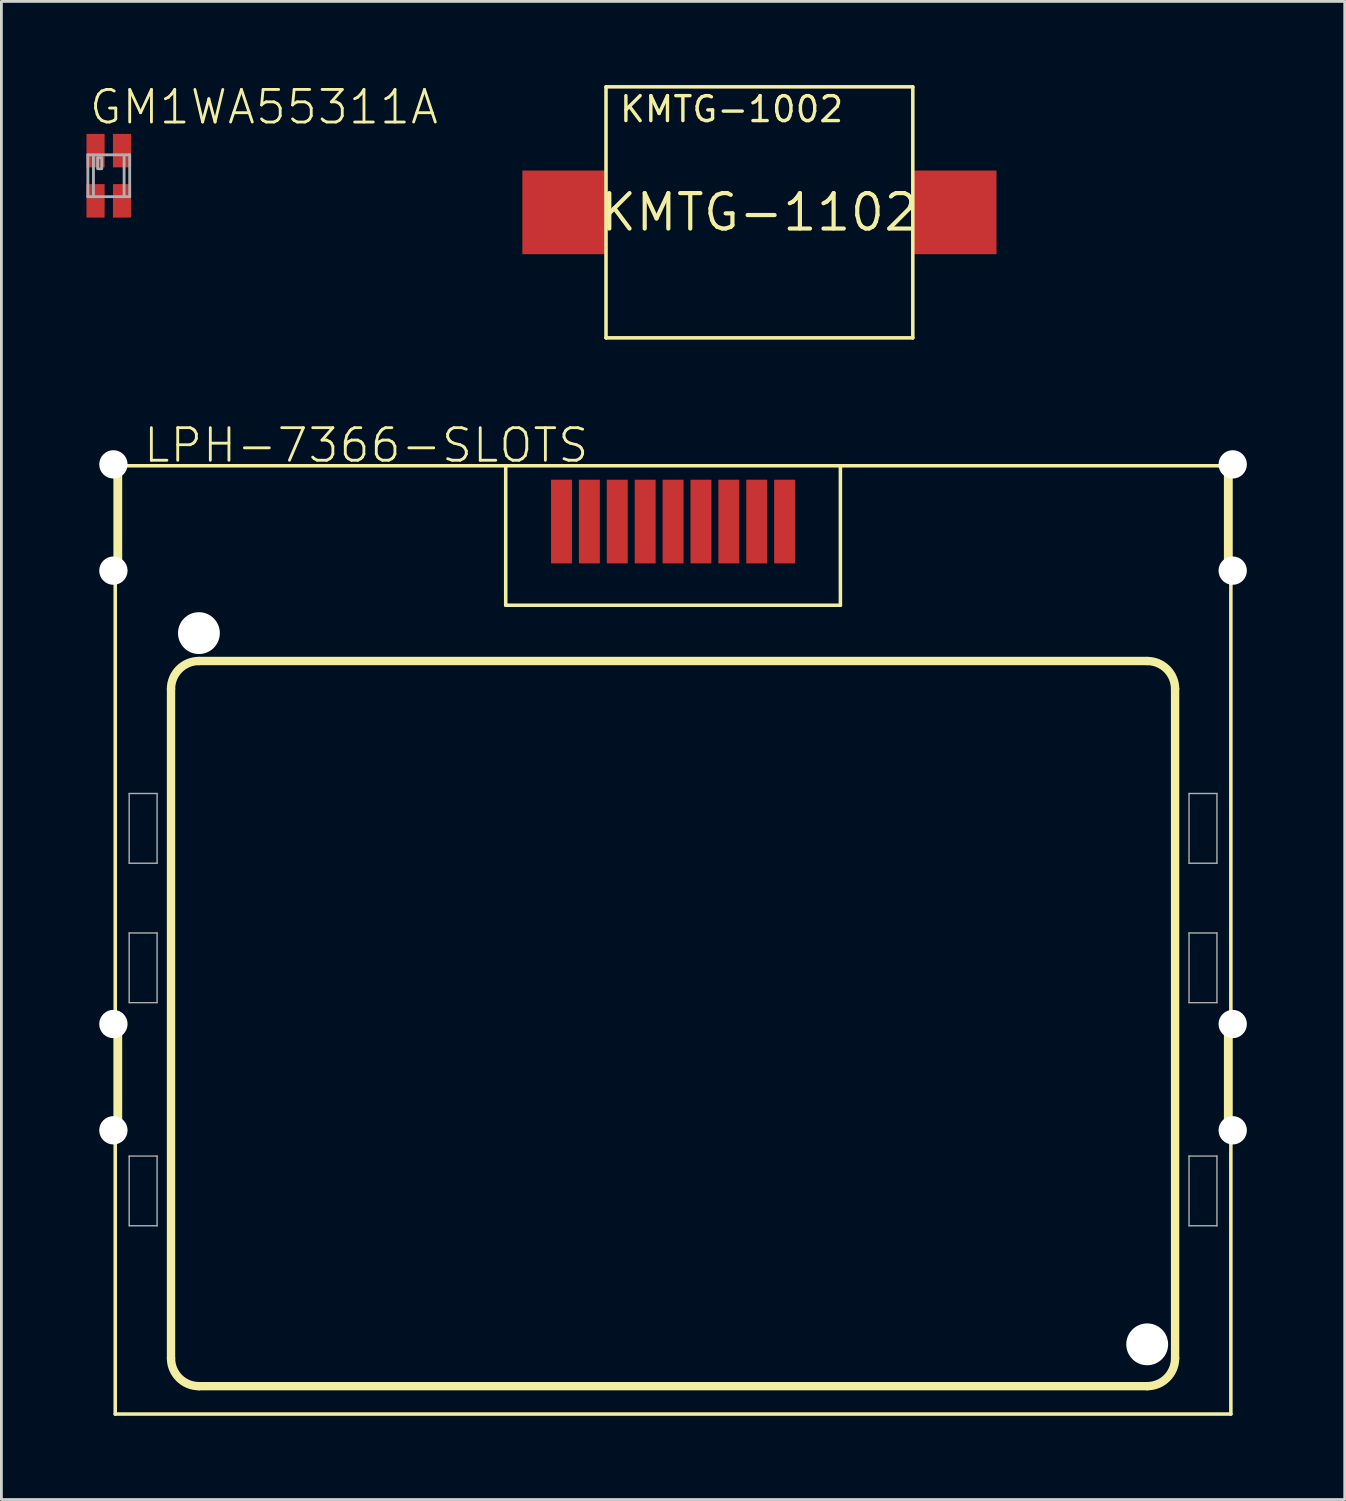
<source format=kicad_pcb>
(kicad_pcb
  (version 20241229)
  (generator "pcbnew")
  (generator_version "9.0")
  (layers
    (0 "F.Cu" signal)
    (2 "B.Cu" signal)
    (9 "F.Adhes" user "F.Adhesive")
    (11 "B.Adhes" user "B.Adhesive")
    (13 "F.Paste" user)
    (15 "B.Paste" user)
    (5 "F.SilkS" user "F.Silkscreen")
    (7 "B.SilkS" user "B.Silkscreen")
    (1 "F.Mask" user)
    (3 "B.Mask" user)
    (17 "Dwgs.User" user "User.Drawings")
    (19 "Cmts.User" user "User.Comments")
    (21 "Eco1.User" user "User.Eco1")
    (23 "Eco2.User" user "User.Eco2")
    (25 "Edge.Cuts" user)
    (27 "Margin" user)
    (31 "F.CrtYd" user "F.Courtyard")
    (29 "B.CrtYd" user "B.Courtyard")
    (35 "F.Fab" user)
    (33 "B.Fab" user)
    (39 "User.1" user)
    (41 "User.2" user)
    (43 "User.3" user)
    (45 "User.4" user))
  (footprint "GM1WA55311A"
    (layer "F.Cu")
    (at 0.85 3.251)
    (property "Reference" "GM1WA55311A" (at -0.762 -1.778 0) (unlocked yes) (layer "F.SilkS") (effects (font (size 1.168 1.168) (thickness 0.102)) (justify left bottom)))
    (fp_poly (pts (xy -0.85 -0.25) (xy -0.1 -0.25) (xy -0.1 -1.55) (xy -0.85 -1.55)) (stroke (width 0) (type default)) (fill yes) (layer "F.Mask"))
    (fp_poly (pts (xy -0.85 1.55) (xy -0.1 1.55) (xy -0.1 0.25) (xy -0.85 0.25)) (stroke (width 0) (type default)) (fill yes) (layer "F.Mask"))
    (fp_poly (pts (xy 0.1 -0.25) (xy 0.85 -0.25) (xy 0.85 -1.55) (xy 0.1 -1.55)) (stroke (width 0) (type default)) (fill yes) (layer "F.Mask"))
    (fp_poly (pts (xy 0.1 1.55) (xy 0.85 1.55) (xy 0.85 0.25) (xy 0.1 0.25)) (stroke (width 0) (type default)) (fill yes) (layer "F.Mask"))
    (fp_poly (pts (xy -0.775 -0.325) (xy -0.175 -0.325) (xy -0.175 -1.45) (xy -0.775 -1.45)) (stroke (width 0) (type default)) (fill yes) (layer "F.Paste"))
    (fp_poly (pts (xy -0.175 0.325) (xy -0.775 0.325) (xy -0.775 1.45) (xy -0.175 1.45)) (stroke (width 0) (type default)) (fill yes) (layer "F.Paste"))
    (fp_poly (pts (xy 0.175 -0.325) (xy 0.775 -0.325) (xy 0.775 -1.45) (xy 0.175 -1.45)) (stroke (width 0) (type default)) (fill yes) (layer "F.Paste"))
    (fp_poly (pts (xy 0.775 0.325) (xy 0.175 0.325) (xy 0.175 1.45) (xy 0.775 1.45)) (stroke (width 0) (type default)) (fill yes) (layer "F.Paste"))
    (fp_line (start -0.75 -0.75) (end -0.75 0.75) (stroke (width 0.102) (type solid)) (layer "F.Fab"))
    (fp_line (start -0.75 0.75) (end 0.75 0.75) (stroke (width 0.102) (type solid)) (layer "F.Fab"))
    (fp_line (start -0.55 -0.7) (end -0.55 0.7) (stroke (width 0.102) (type solid)) (layer "F.Fab"))
    (fp_line (start 0.55 0.7) (end 0.55 -0.7) (stroke (width 0.102) (type solid)) (layer "F.Fab"))
    (fp_line (start 0.75 -0.75) (end -0.75 -0.75) (stroke (width 0.102) (type solid)) (layer "F.Fab"))
    (fp_line (start 0.75 0.75) (end 0.75 -0.75) (stroke (width 0.102) (type solid)) (layer "F.Fab"))
    (fp_poly (pts (xy -0.4 -0.25) (xy -0.25 -0.25) (xy -0.25 -0.65) (xy -0.4 -0.65)) (stroke (width 0.1) (type default)) (fill no) (layer "F.Fab"))
    (pad "1" smd rect (at -0.475 -0.9) (size 0.65 1.2) (layers "F.Cu"))
    (pad "2" smd rect (at -0.475 0.9) (size 0.65 1.2) (layers "F.Cu"))
    (pad "3" smd rect (at 0.475 0.9) (size 0.65 1.2) (layers "F.Cu"))
    (pad "4" smd rect (at 0.475 -0.9) (size 0.65 1.2) (layers "F.Cu")))
  (footprint "LPH-7366-SLOTS"
    (layer "F.Cu")
    (at 21.082 32.65)
    (property "Reference" "LPH-7366-SLOTS" (at -19.05 -19.05 0) (unlocked yes) (layer "F.SilkS") (effects (font (size 1.168 1.168) (thickness 0.102)) (justify left bottom)))
    (fp_line (start -20 -19) (end -20 15) (stroke (width 0.127) (type solid)) (layer "F.SilkS"))
    (fp_line (start -20 -19) (end -6 -19) (stroke (width 0.127) (type solid)) (layer "F.SilkS"))
    (fp_line (start -20 15) (end 20 15) (stroke (width 0.127) (type solid)) (layer "F.SilkS"))
    (fp_line (start -19.9 -18.9) (end -19.9 -15.1) (stroke (width 0.3) (type solid)) (layer "F.SilkS"))
    (fp_line (start -19.9 1.1) (end -19.9 4.9) (stroke (width 0.3) (type solid)) (layer "F.SilkS"))
    (fp_line (start -18 -11) (end -18 13) (stroke (width 0.3) (type solid)) (layer "F.SilkS"))
    (fp_line (start -17 14) (end 17 14) (stroke (width 0.3) (type solid)) (layer "F.SilkS"))
    (fp_line (start -6 -19) (end -6 -14) (stroke (width 0.127) (type solid)) (layer "F.SilkS"))
    (fp_line (start -6 -19) (end 6 -19) (stroke (width 0.127) (type solid)) (layer "F.SilkS"))
    (fp_line (start -6 -14) (end 6 -14) (stroke (width 0.127) (type solid)) (layer "F.SilkS"))
    (fp_line (start 6 -19) (end 20 -19) (stroke (width 0.127) (type solid)) (layer "F.SilkS"))
    (fp_line (start 6 -14) (end 6 -19) (stroke (width 0.127) (type solid)) (layer "F.SilkS"))
    (fp_line (start 17 -12) (end -17 -12) (stroke (width 0.3) (type solid)) (layer "F.SilkS"))
    (fp_line (start 18 13) (end 18 -11) (stroke (width 0.3) (type solid)) (layer "F.SilkS"))
    (fp_line (start 19.9 -18.9) (end 19.9 -15.1) (stroke (width 0.3) (type solid)) (layer "F.SilkS"))
    (fp_line (start 19.9 1) (end 19.9 4.8) (stroke (width 0.3) (type solid)) (layer "F.SilkS"))
    (fp_line (start 20 -19) (end 20 15) (stroke (width 0.127) (type solid)) (layer "F.SilkS"))
    (fp_arc (start -18 -11) (mid -17.707107 -11.707107) (end -17 -12) (stroke (width 0.3) (type solid)) (layer "F.SilkS"))
    (fp_arc (start -17 14) (mid -17.707107 13.707107) (end -18 13) (stroke (width 0.3) (type solid)) (layer "F.SilkS"))
    (fp_arc (start 17 -12) (mid 17.707107 -11.707107) (end 18 -11) (stroke (width 0.3) (type solid)) (layer "F.SilkS"))
    (fp_arc (start 18 13) (mid 17.707107 13.707107) (end 17 14) (stroke (width 0.3) (type solid)) (layer "F.SilkS"))
    (fp_line (start -19.5 -7.25) (end -18.5 -7.25) (stroke (width 0.05) (type solid)) (layer "F.Fab"))
    (fp_line (start -19.5 -4.75) (end -19.5 -7.25) (stroke (width 0.05) (type solid)) (layer "F.Fab"))
    (fp_line (start -19.5 -2.25) (end -18.5 -2.25) (stroke (width 0.05) (type solid)) (layer "F.Fab"))
    (fp_line (start -19.5 0.25) (end -19.5 -2.25) (stroke (width 0.05) (type solid)) (layer "F.Fab"))
    (fp_line (start -19.5 5.75) (end -18.5 5.75) (stroke (width 0.05) (type solid)) (layer "F.Fab"))
    (fp_line (start -19.5 8.25) (end -19.5 5.75) (stroke (width 0.05) (type solid)) (layer "F.Fab"))
    (fp_line (start -18.5 -7.25) (end -18.5 -4.75) (stroke (width 0.05) (type solid)) (layer "F.Fab"))
    (fp_line (start -18.5 -4.75) (end -19.5 -4.75) (stroke (width 0.05) (type solid)) (layer "F.Fab"))
    (fp_line (start -18.5 -2.25) (end -18.5 0.25) (stroke (width 0.05) (type solid)) (layer "F.Fab"))
    (fp_line (start -18.5 0.25) (end -19.5 0.25) (stroke (width 0.05) (type solid)) (layer "F.Fab"))
    (fp_line (start -18.5 5.75) (end -18.5 8.25) (stroke (width 0.05) (type solid)) (layer "F.Fab"))
    (fp_line (start -18.5 8.25) (end -19.5 8.25) (stroke (width 0.05) (type solid)) (layer "F.Fab"))
    (fp_line (start 18.5 -7.25) (end 19.5 -7.25) (stroke (width 0.05) (type solid)) (layer "F.Fab"))
    (fp_line (start 18.5 -4.75) (end 18.5 -7.25) (stroke (width 0.05) (type solid)) (layer "F.Fab"))
    (fp_line (start 18.5 -2.25) (end 19.5 -2.25) (stroke (width 0.05) (type solid)) (layer "F.Fab"))
    (fp_line (start 18.5 0.25) (end 18.5 -2.25) (stroke (width 0.05) (type solid)) (layer "F.Fab"))
    (fp_line (start 18.5 5.75) (end 19.5 5.75) (stroke (width 0.05) (type solid)) (layer "F.Fab"))
    (fp_line (start 18.5 8.25) (end 18.5 5.75) (stroke (width 0.05) (type solid)) (layer "F.Fab"))
    (fp_line (start 19.5 -7.25) (end 19.5 -4.75) (stroke (width 0.05) (type solid)) (layer "F.Fab"))
    (fp_line (start 19.5 -4.75) (end 18.5 -4.75) (stroke (width 0.05) (type solid)) (layer "F.Fab"))
    (fp_line (start 19.5 -2.25) (end 19.5 0.25) (stroke (width 0.05) (type solid)) (layer "F.Fab"))
    (fp_line (start 19.5 0.25) (end 18.5 0.25) (stroke (width 0.05) (type solid)) (layer "F.Fab"))
    (fp_line (start 19.5 5.75) (end 19.5 8.25) (stroke (width 0.05) (type solid)) (layer "F.Fab"))
    (fp_line (start 19.5 8.25) (end 18.5 8.25) (stroke (width 0.05) (type solid)) (layer "F.Fab"))
    (pad "" np_thru_hole circle (at -20.066 -19.05) (size 1.016 1.016) (drill 1.016) (layers "*.Cu" "*.Mask"))
    (pad "" np_thru_hole circle (at -20.066 -15.24) (size 1.016 1.016) (drill 1.016) (layers "*.Cu" "*.Mask"))
    (pad "" np_thru_hole circle (at -20.066 1.016) (size 1.016 1.016) (drill 1.016) (layers "*.Cu" "*.Mask"))
    (pad "" np_thru_hole circle (at -20.066 4.826) (size 1.016 1.016) (drill 1.016) (layers "*.Cu" "*.Mask"))
    (pad "" np_thru_hole circle (at -17 -13) (size 1.5 1.5) (drill 1.5) (layers "*.Cu" "*.Mask"))
    (pad "" np_thru_hole circle (at 17 12.5) (size 1.5 1.5) (drill 1.5) (layers "*.Cu" "*.Mask"))
    (pad "" np_thru_hole circle (at 20.066 -19.05) (size 1.016 1.016) (drill 1.016) (layers "*.Cu" "*.Mask"))
    (pad "" np_thru_hole circle (at 20.066 -15.24) (size 1.016 1.016) (drill 1.016) (layers "*.Cu" "*.Mask"))
    (pad "" np_thru_hole circle (at 20.066 1.016) (size 1.016 1.016) (drill 1.016) (layers "*.Cu" "*.Mask"))
    (pad "" np_thru_hole circle (at 20.066 4.826) (size 1.016 1.016) (drill 1.016) (layers "*.Cu" "*.Mask"))
    (pad "1" smd rect (at 4 -17 90) (size 3 0.75) (layers "F.Cu" "F.Mask"))
    (pad "2" smd rect (at 3 -17 90) (size 3 0.75) (layers "F.Cu" "F.Mask"))
    (pad "3" smd rect (at 2 -17 90) (size 3 0.75) (layers "F.Cu" "F.Mask"))
    (pad "4" smd rect (at 1 -17 90) (size 3 0.75) (layers "F.Cu" "F.Mask"))
    (pad "5" smd rect (at 0 -17 90) (size 3 0.75) (layers "F.Cu" "F.Mask"))
    (pad "6" smd rect (at -1 -17 90) (size 3 0.75) (layers "F.Cu" "F.Mask"))
    (pad "7" smd rect (at -2 -17 90) (size 3 0.75) (layers "F.Cu" "F.Mask"))
    (pad "8" smd rect (at -3 -17 90) (size 3 0.75) (layers "F.Cu" "F.Mask"))
    (pad "9" smd rect (at -4 -17 90) (size 3 0.75) (layers "F.Cu" "F.Mask"))
    (zone (net_name "") (layer "F.Cu") (hatch edge 0.5) (connect_pads) (min_thickness 0.25) (filled_areas_thickness no) (keepout (tracks not_allowed) (vias not_allowed) (pads not_allowed) (copperpour not_allowed) (footprints allowed)) (placement (enabled no)) (fill) (polygon (pts (xy 0 17.41) (xy 2.032 17.41) (xy 2.032 13.6) (xy 0 13.6))))
    (zone (net_name "") (layer "F.Cu") (hatch edge 0.5) (connect_pads) (min_thickness 0.25) (filled_areas_thickness no) (keepout (tracks not_allowed) (vias not_allowed) (pads not_allowed) (copperpour not_allowed) (footprints allowed)) (placement (enabled no)) (fill) (polygon (pts (xy 0 37.476) (xy 2.032 37.476) (xy 2.032 33.666) (xy 0 33.666))))
    (zone (net_name "") (layer "F.Cu") (hatch edge 0.5) (connect_pads) (min_thickness 0.25) (filled_areas_thickness no) (keepout (tracks not_allowed) (vias not_allowed) (pads not_allowed) (copperpour not_allowed) (footprints allowed)) (placement (enabled no)) (fill) (polygon (pts (xy 40.132 17.41) (xy 42.164 17.41) (xy 42.164 13.6) (xy 40.132 13.6))))
    (zone (net_name "") (layer "F.Cu") (hatch edge 0.5) (connect_pads) (min_thickness 0.25) (filled_areas_thickness no) (keepout (tracks not_allowed) (vias not_allowed) (pads not_allowed) (copperpour not_allowed) (footprints allowed)) (placement (enabled no)) (fill) (polygon (pts (xy 40.132 37.476) (xy 42.164 37.476) (xy 42.164 33.666) (xy 40.132 33.666))))
    (zone (net_name "") (layer "B.Cu") (hatch edge 0.5) (connect_pads) (min_thickness 0.25) (filled_areas_thickness no) (keepout (tracks not_allowed) (vias not_allowed) (pads not_allowed) (copperpour not_allowed) (footprints allowed)) (placement (enabled no)) (fill) (polygon (pts (xy 0 17.41) (xy 2.032 17.41) (xy 2.032 13.6) (xy 0 13.6))))
    (zone (net_name "") (layer "B.Cu") (hatch edge 0.5) (connect_pads) (min_thickness 0.25) (filled_areas_thickness no) (keepout (tracks not_allowed) (vias not_allowed) (pads not_allowed) (copperpour not_allowed) (footprints allowed)) (placement (enabled no)) (fill) (polygon (pts (xy 0 37.476) (xy 2.032 37.476) (xy 2.032 33.666) (xy 0 33.666))))
    (zone (net_name "") (layer "B.Cu") (hatch edge 0.5) (connect_pads) (min_thickness 0.25) (filled_areas_thickness no) (keepout (tracks not_allowed) (vias not_allowed) (pads not_allowed) (copperpour not_allowed) (footprints allowed)) (placement (enabled no)) (fill) (polygon (pts (xy 40.132 17.41) (xy 42.164 17.41) (xy 42.164 13.6) (xy 40.132 13.6))))
    (zone (net_name "") (layer "B.Cu") (hatch edge 0.5) (connect_pads) (min_thickness 0.25) (filled_areas_thickness no) (keepout (tracks not_allowed) (vias not_allowed) (pads not_allowed) (copperpour not_allowed) (footprints allowed)) (placement (enabled no)) (fill) (polygon (pts (xy 40.132 37.476) (xy 42.164 37.476) (xy 42.164 33.666) (xy 40.132 33.666)))))
  (footprint "KMTG-1102"
    (layer "F.Cu")
    (at 24.178 4.564)
    (property "Reference" "KMTG-1102" (at 0 0 0) (layer "F.SilkS") (effects (font (size 1.27 1.27) (thickness 0.15))))
    (fp_line (start -5.5 -4.5) (end 5.5 -4.5) (stroke (width 0.127) (type solid)) (layer "F.SilkS"))
    (fp_line (start -5.5 4.5) (end -5.5 -4.5) (stroke (width 0.127) (type solid)) (layer "F.SilkS"))
    (fp_line (start 5.5 -4.5) (end 5.5 4.5) (stroke (width 0.127) (type solid)) (layer "F.SilkS"))
    (fp_line (start 5.5 4.5) (end -5.5 4.5) (stroke (width 0.127) (type solid)) (layer "F.SilkS"))
    (fp_text user "KMTG-1002" (at -5.08 -3.175 0) (unlocked yes) (layer "F.SilkS") (effects (font (size 0.894 0.894) (thickness 0.122)) (justify left bottom)))
    (pad "P$1" smd rect (at -7 0) (size 3 3) (layers "F.Cu" "F.Mask" "F.Paste"))
    (pad "P$2" smd rect (at 7 0) (size 3 3) (layers "F.Cu" "F.Mask" "F.Paste")))
  (gr_rect
    (start -3 -3)
    (end 45.164 50.714)
    (stroke (width 0.1) (type default))
    (fill no)
    (layer "Edge.Cuts")))
</source>
